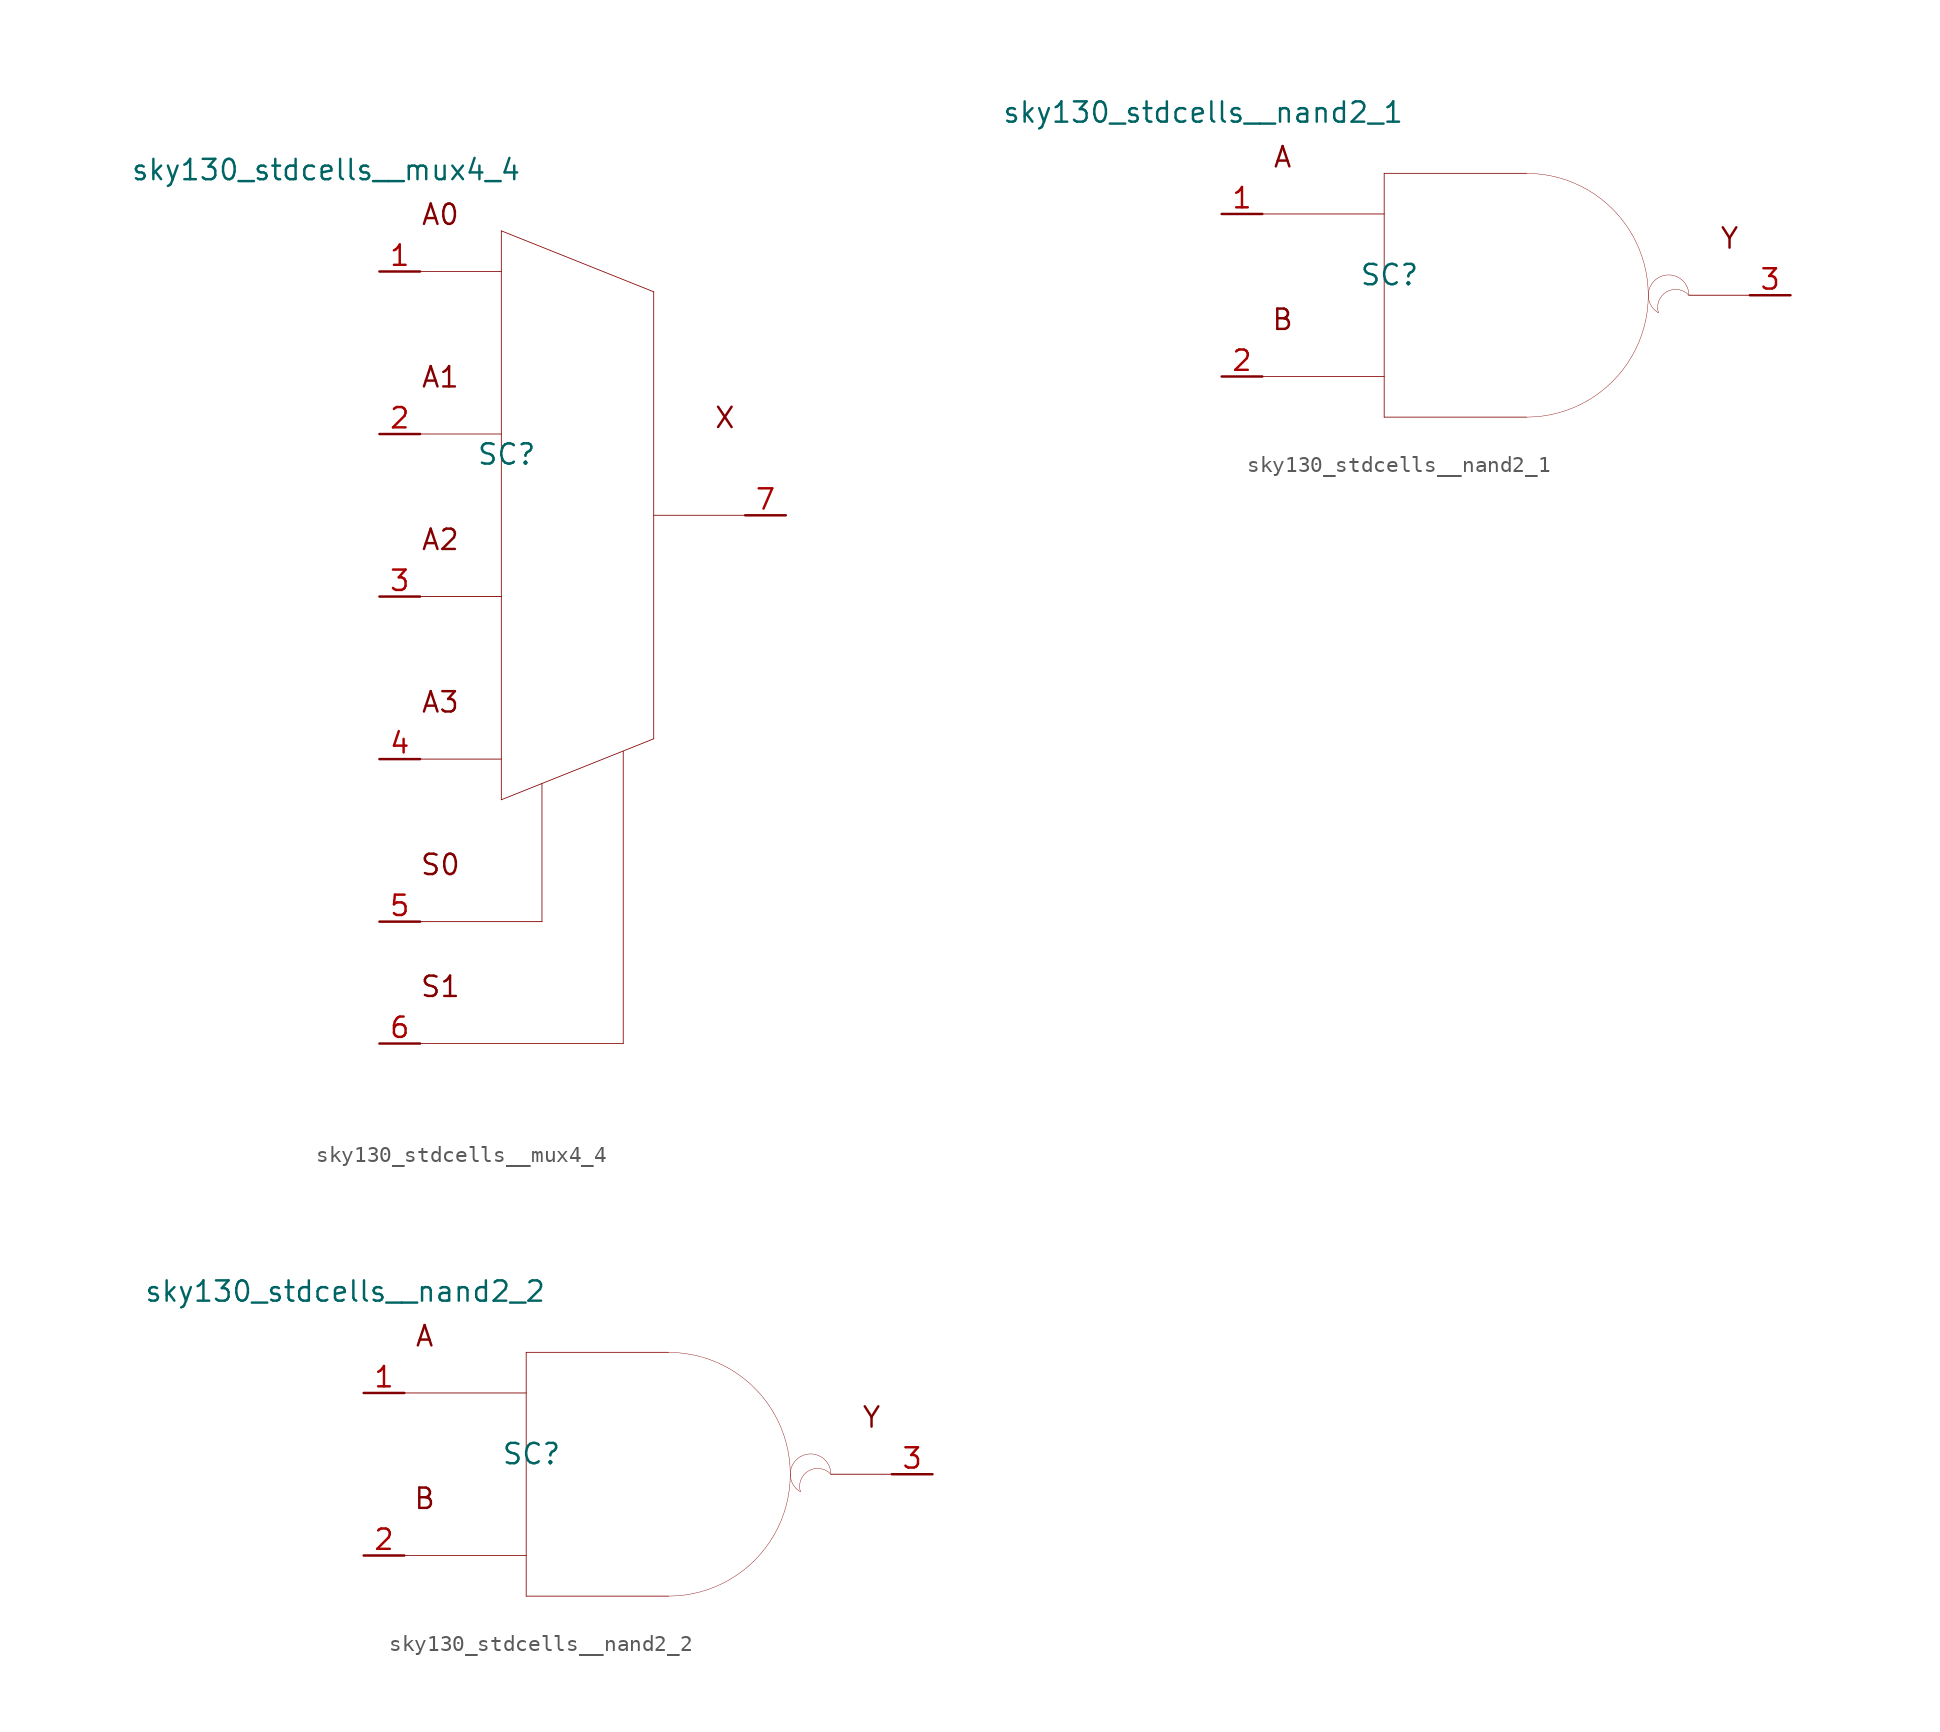
<source format=kicad_sym>
(kicad_symbol_lib
  (version 20211014)
  (generator kicad_symbol_editor)
  (symbol "sky130_stdcells__mux4_4"
    (pin_names hide)
    (property "Reference" "SC"
      (at -4.75 3.81 0)
      (effects (font (size 1.27 1.27))))
    (property "Value" "sky130_stdcells__mux4_4"
      (at -3.81 21.59 0)
      (effects (font (size 1.27 1.27)) (justify right)))
    (symbol "sky130_stdcells__mux4_4_0_0"
      (polyline (pts (xy -10.16 -33.02) (xy 2.54 -33.02)) (stroke (width 0.051) (type default) (color 0 0 0 0)) (fill (type none)))
      (polyline (pts (xy -10.16 -25.4) (xy -2.54 -25.4)) (stroke (width 0.051) (type default) (color 0 0 0 0)) (fill (type none)))
      (polyline (pts (xy -10.16 -15.24) (xy -5.08 -15.24)) (stroke (width 0.051) (type default) (color 0 0 0 0)) (fill (type none)))
      (polyline (pts (xy -10.16 -5.08) (xy -5.08 -5.08)) (stroke (width 0.051) (type default) (color 0 0 0 0)) (fill (type none)))
      (polyline (pts (xy -10.16 5.08) (xy -5.08 5.08)) (stroke (width 0.051) (type default) (color 0 0 0 0)) (fill (type none)))
      (polyline (pts (xy -10.16 15.24) (xy -5.08 15.24)) (stroke (width 0.051) (type default) (color 0 0 0 0)) (fill (type none)))
      (polyline (pts (xy -5.08 -17.78) (xy 4.445 -13.97)) (stroke (width 0.051) (type default) (color 0 0 0 0)) (fill (type none)))
      (polyline (pts (xy -5.08 17.78) (xy -5.08 -17.78)) (stroke (width 0.051) (type default) (color 0 0 0 0)) (fill (type none)))
      (polyline (pts (xy -5.08 17.78) (xy 4.445 13.97)) (stroke (width 0.051) (type default) (color 0 0 0 0)) (fill (type none)))
      (polyline (pts (xy -2.54 -16.764) (xy -2.54 -25.4)) (stroke (width 0.051) (type default) (color 0 0 0 0)) (fill (type none)))
      (polyline (pts (xy 2.54 -14.757) (xy 2.54 -33.02)) (stroke (width 0.051) (type default) (color 0 0 0 0)) (fill (type none)))
      (polyline (pts (xy 4.445 0) (xy 10.16 0)) (stroke (width 0.051) (type default) (color 0 0 0 0)) (fill (type none)))
      (polyline (pts (xy 4.445 13.97) (xy 4.445 -13.97)) (stroke (width 0.051) (type default) (color 0 0 0 0)) (fill (type none)))
      (text "A0" (at -8.89 18.796 0) (effects (font (size 1.27 1.27))))
      (text "A1" (at -8.89 8.636 0) (effects (font (size 1.27 1.27))))
      (text "A2" (at -8.89 -1.524 0) (effects (font (size 1.27 1.27))))
      (text "A3" (at -8.89 -11.684 0) (effects (font (size 1.27 1.27))))
      (text "S0" (at -8.89 -21.844 0) (effects (font (size 1.27 1.27))))
      (text "S1" (at -8.89 -29.464 0) (effects (font (size 1.27 1.27))))
      (text "X" (at 8.89 6.096 0) (effects (font (size 1.27 1.27)))))
    (symbol "sky130_stdcells__mux4_4_1_1"
      (pin input line (at -12.7 15.24 0) (length 2.54) (name "A0" (effects (font (size 1.092 1.092)))) (number "1" (effects (font (size 1.27 1.27)))))
      (pin input line (at -12.7 5.08 0) (length 2.54) (name "A1" (effects (font (size 1.092 1.092)))) (number "2" (effects (font (size 1.27 1.27)))))
      (pin input line (at -12.7 -5.08 0) (length 2.54) (name "A2" (effects (font (size 1.092 1.092)))) (number "3" (effects (font (size 1.27 1.27)))))
      (pin input line (at -12.7 -15.24 0) (length 2.54) (name "A3" (effects (font (size 1.092 1.092)))) (number "4" (effects (font (size 1.27 1.27)))))
      (pin input line (at -12.7 -25.4 0) (length 2.54) (name "S0" (effects (font (size 1.092 1.092)))) (number "5" (effects (font (size 1.27 1.27)))))
      (pin input line (at -12.7 -33.02 0) (length 2.54) (name "S1" (effects (font (size 1.092 1.092)))) (number "6" (effects (font (size 1.27 1.27)))))
      (pin output line (at 12.7 0 180) (length 2.54) (name "X" (effects (font (size 1.092 1.092)))) (number "7" (effects (font (size 1.27 1.27)))))))
  (symbol "sky130_stdcells__nand2_1"
    (pin_names hide)
    (property "Reference" "SC"
      (at -7.29 1.27 0)
      (effects (font (size 1.27 1.27))))
    (property "Value" "sky130_stdcells__nand2_1"
      (at -6.35 11.43 0)
      (effects (font (size 1.27 1.27)) (justify right)))
    (symbol "sky130_stdcells__nand2_1_0_0"
      (polyline (pts (xy -15.24 -5.08) (xy -7.62 -5.08)) (stroke (width 0.051) (type default) (color 0 0 0 0)) (fill (type none)))
      (polyline (pts (xy -15.24 5.08) (xy -7.62 5.08)) (stroke (width 0.051) (type default) (color 0 0 0 0)) (fill (type none)))
      (polyline (pts (xy -7.62 -7.62) (xy 1.27 -7.62)) (stroke (width 0.051) (type default) (color 0 0 0 0)) (fill (type none)))
      (polyline (pts (xy -7.62 7.62) (xy -7.62 -7.62)) (stroke (width 0.051) (type default) (color 0 0 0 0)) (fill (type none)))
      (polyline (pts (xy -7.62 7.62) (xy 1.27 7.62)) (stroke (width 0.051) (type default) (color 0 0 0 0)) (fill (type none)))
      (polyline (pts (xy 11.43 0) (xy 15.24 0)) (stroke (width 0.051) (type default) (color 0 0 0 0)) (fill (type none)))
      (arc (start 1.27 -7.62) (mid 3.2422 -7.3604) (end 5.08 -6.5991) (stroke (width 0.0254) (type default) (color 0 0 0 0)) (fill (type none)))
      (arc (start 5.08 -6.5991) (mid 6.6581 -5.3881) (end 7.8691 -3.81) (stroke (width 0.0254) (type default) (color 0 0 0 0)) (fill (type none)))
      (arc (start 5.08 6.5991) (mid 3.2422 7.3603) (end 1.27 7.62) (stroke (width 0.0254) (type default) (color 0 0 0 0)) (fill (type none)))
      (arc (start 7.8691 -3.81) (mid 8.6303 -1.9722) (end 8.89 0) (stroke (width 0.0254) (type default) (color 0 0 0 0)) (fill (type none)))
      (arc (start 7.8691 3.81) (mid 6.6581 5.3881) (end 5.08 6.5991) (stroke (width 0.0254) (type default) (color 0 0 0 0)) (fill (type none)))
      (arc (start 8.89 0) (mid 8.6304 1.9722) (end 7.8691 3.81) (stroke (width 0.0254) (type default) (color 0 0 0 0)) (fill (type none)))
      (arc (start 9.525 1.0999) (mid 8.89 0) (end 9.525 -1.0999) (stroke (width 0.0254) (type default) (color 0 0 0 0)) (fill (type none)))
      (arc (start 11.43 0) (mid 9.5731 0.4743) (end 9.525 -1.0999) (stroke (width 0.0254) (type default) (color 0 0 0 0)) (fill (type none)))
      (arc (start 11.43 0) (mid 10.795 1.0998) (end 9.525 1.0999) (stroke (width 0.0254) (type default) (color 0 0 0 0)) (fill (type none)))
      (text "A" (at -13.97 8.636 0) (effects (font (size 1.27 1.27))))
      (text "B" (at -13.97 -1.524 0) (effects (font (size 1.27 1.27))))
      (text "Y" (at 13.97 3.556 0) (effects (font (size 1.27 1.27)))))
    (symbol "sky130_stdcells__nand2_1_1_1"
      (pin input line (at -17.78 5.08 0) (length 2.54) (name "A" (effects (font (size 1.092 1.092)))) (number "1" (effects (font (size 1.27 1.27)))))
      (pin input line (at -17.78 -5.08 0) (length 2.54) (name "B" (effects (font (size 1.092 1.092)))) (number "2" (effects (font (size 1.27 1.27)))))
      (pin output line (at 17.78 0 180) (length 2.54) (name "Y" (effects (font (size 1.092 1.092)))) (number "3" (effects (font (size 1.27 1.27)))))))
  (symbol "sky130_stdcells__nand2_2"
    (pin_names hide)
    (property "Reference" "SC"
      (at -7.29 1.27 0)
      (effects (font (size 1.27 1.27))))
    (property "Value" "sky130_stdcells__nand2_2"
      (at -6.35 11.43 0)
      (effects (font (size 1.27 1.27)) (justify right)))
    (symbol "sky130_stdcells__nand2_2_0_0"
      (polyline (pts (xy -15.24 -5.08) (xy -7.62 -5.08)) (stroke (width 0.051) (type default) (color 0 0 0 0)) (fill (type none)))
      (polyline (pts (xy -15.24 5.08) (xy -7.62 5.08)) (stroke (width 0.051) (type default) (color 0 0 0 0)) (fill (type none)))
      (polyline (pts (xy -7.62 -7.62) (xy 1.27 -7.62)) (stroke (width 0.051) (type default) (color 0 0 0 0)) (fill (type none)))
      (polyline (pts (xy -7.62 7.62) (xy -7.62 -7.62)) (stroke (width 0.051) (type default) (color 0 0 0 0)) (fill (type none)))
      (polyline (pts (xy -7.62 7.62) (xy 1.27 7.62)) (stroke (width 0.051) (type default) (color 0 0 0 0)) (fill (type none)))
      (polyline (pts (xy 11.43 0) (xy 15.24 0)) (stroke (width 0.051) (type default) (color 0 0 0 0)) (fill (type none)))
      (arc (start 1.27 -7.62) (mid 3.2422 -7.3604) (end 5.08 -6.5991) (stroke (width 0.0254) (type default) (color 0 0 0 0)) (fill (type none)))
      (arc (start 5.08 -6.5991) (mid 6.6581 -5.3881) (end 7.8691 -3.81) (stroke (width 0.0254) (type default) (color 0 0 0 0)) (fill (type none)))
      (arc (start 5.08 6.5991) (mid 3.2422 7.3603) (end 1.27 7.62) (stroke (width 0.0254) (type default) (color 0 0 0 0)) (fill (type none)))
      (arc (start 7.8691 -3.81) (mid 8.6303 -1.9722) (end 8.89 0) (stroke (width 0.0254) (type default) (color 0 0 0 0)) (fill (type none)))
      (arc (start 7.8691 3.81) (mid 6.6581 5.3881) (end 5.08 6.5991) (stroke (width 0.0254) (type default) (color 0 0 0 0)) (fill (type none)))
      (arc (start 8.89 0) (mid 8.6304 1.9722) (end 7.8691 3.81) (stroke (width 0.0254) (type default) (color 0 0 0 0)) (fill (type none)))
      (arc (start 9.525 1.0999) (mid 8.89 0) (end 9.525 -1.0999) (stroke (width 0.0254) (type default) (color 0 0 0 0)) (fill (type none)))
      (arc (start 11.43 0) (mid 9.5731 0.4743) (end 9.525 -1.0999) (stroke (width 0.0254) (type default) (color 0 0 0 0)) (fill (type none)))
      (arc (start 11.43 0) (mid 10.795 1.0998) (end 9.525 1.0999) (stroke (width 0.0254) (type default) (color 0 0 0 0)) (fill (type none)))
      (text "A" (at -13.97 8.636 0) (effects (font (size 1.27 1.27))))
      (text "B" (at -13.97 -1.524 0) (effects (font (size 1.27 1.27))))
      (text "Y" (at 13.97 3.556 0) (effects (font (size 1.27 1.27)))))
    (symbol "sky130_stdcells__nand2_2_1_1"
      (pin input line (at -17.78 5.08 0) (length 2.54) (name "A" (effects (font (size 1.092 1.092)))) (number "1" (effects (font (size 1.27 1.27)))))
      (pin input line (at -17.78 -5.08 0) (length 2.54) (name "B" (effects (font (size 1.092 1.092)))) (number "2" (effects (font (size 1.27 1.27)))))
      (pin output line (at 17.78 0 180) (length 2.54) (name "Y" (effects (font (size 1.092 1.092)))) (number "3" (effects (font (size 1.27 1.27))))))))
</source>
